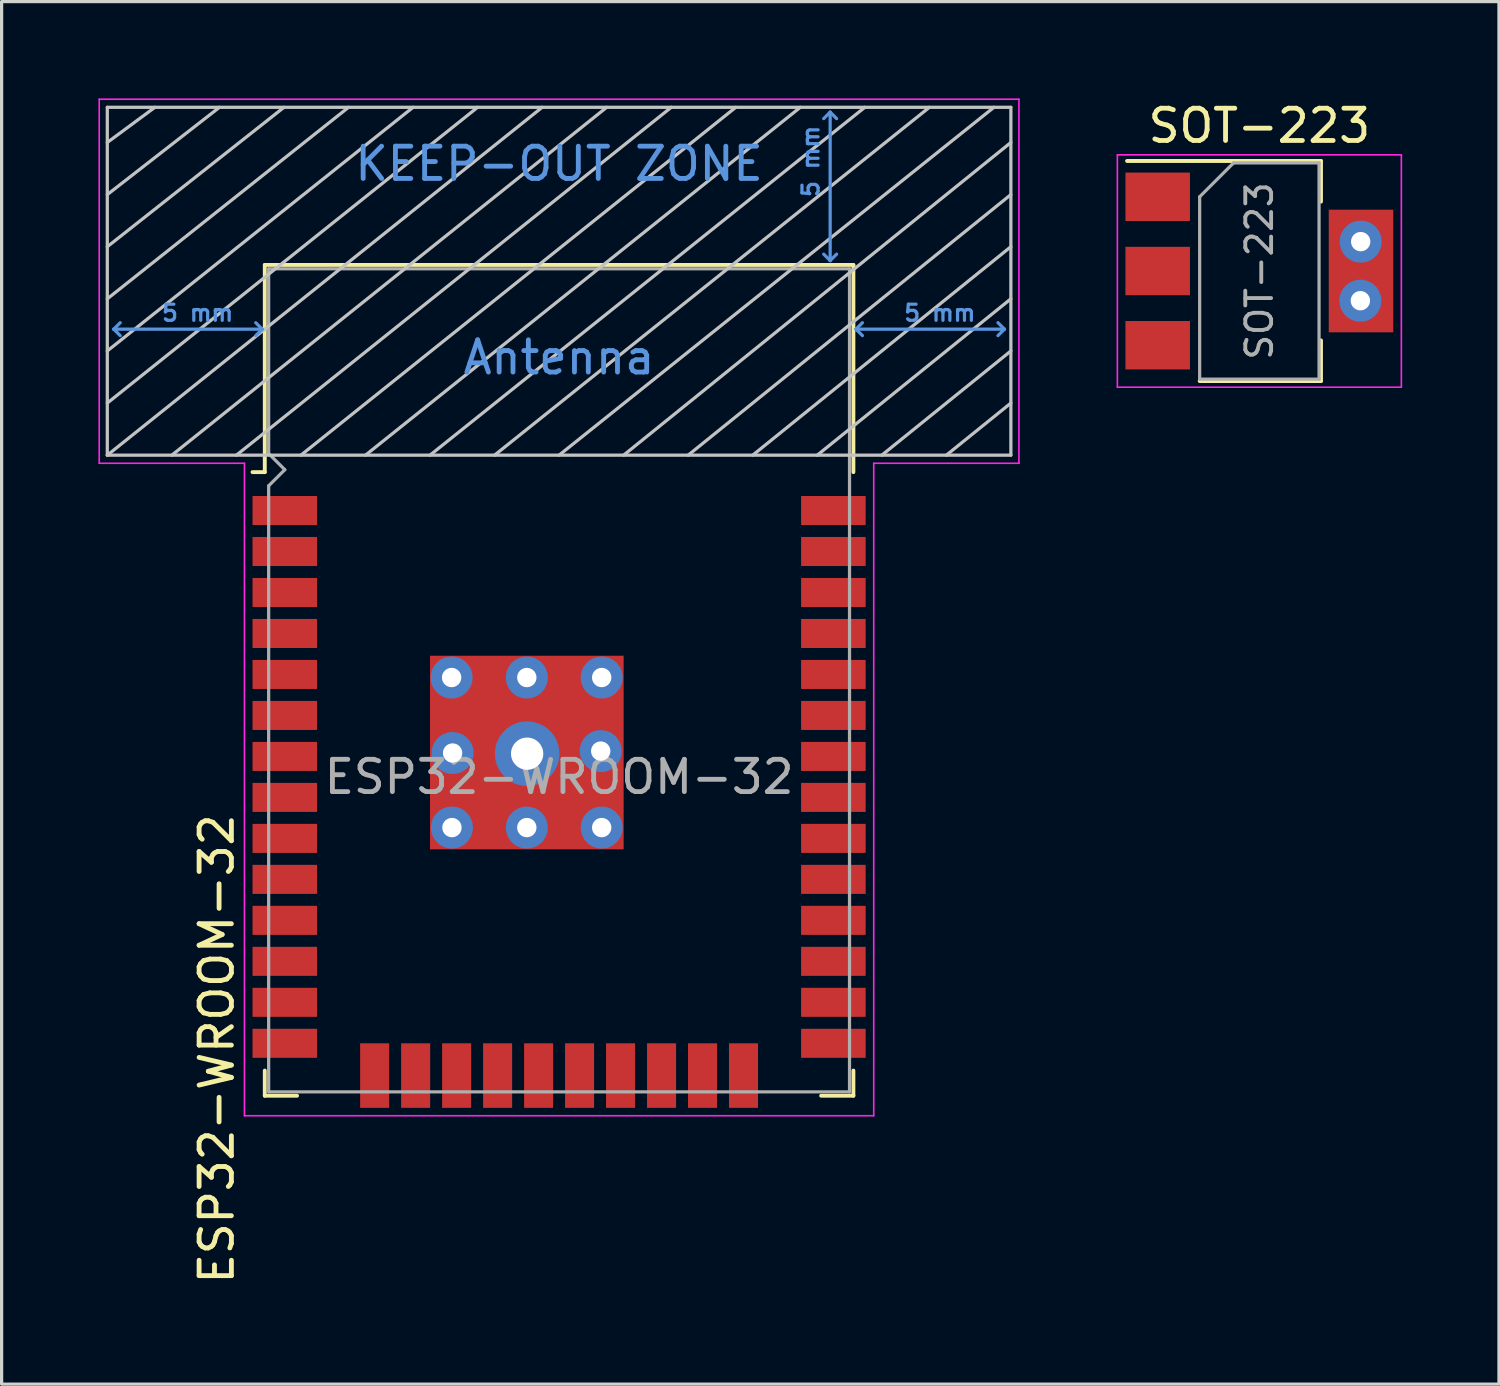
<source format=kicad_pcb>
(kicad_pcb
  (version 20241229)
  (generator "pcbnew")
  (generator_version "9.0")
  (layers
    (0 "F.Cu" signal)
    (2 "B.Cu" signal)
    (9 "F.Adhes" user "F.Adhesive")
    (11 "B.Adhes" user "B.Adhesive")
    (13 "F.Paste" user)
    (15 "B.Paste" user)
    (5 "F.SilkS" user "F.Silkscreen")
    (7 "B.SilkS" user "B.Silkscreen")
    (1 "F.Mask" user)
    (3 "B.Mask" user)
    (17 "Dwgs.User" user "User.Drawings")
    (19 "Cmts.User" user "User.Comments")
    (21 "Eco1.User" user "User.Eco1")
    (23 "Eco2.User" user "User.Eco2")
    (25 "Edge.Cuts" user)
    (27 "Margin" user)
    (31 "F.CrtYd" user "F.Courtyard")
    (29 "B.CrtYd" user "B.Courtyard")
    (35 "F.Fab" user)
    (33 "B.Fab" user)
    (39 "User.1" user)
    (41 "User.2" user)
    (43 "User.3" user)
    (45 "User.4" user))
  (footprint "SOT-223"
    (layer "F.Cu")
    (at 35.975 5.348)
    (property "Reference" "SOT-223" (at 0 -4.5 0) (layer "F.SilkS") (effects (font (size 1 1) (thickness 0.15))))
    (attr smd)
    (fp_line (start -4.1 -3.41) (end 1.91 -3.41) (stroke (width 0.12) (type solid)) (layer "F.SilkS"))
    (fp_line (start -1.85 3.41) (end 1.91 3.41) (stroke (width 0.12) (type solid)) (layer "F.SilkS"))
    (fp_line (start 1.91 -3.41) (end 1.91 -2.15) (stroke (width 0.12) (type solid)) (layer "F.SilkS"))
    (fp_line (start 1.91 3.41) (end 1.91 2.15) (stroke (width 0.12) (type solid)) (layer "F.SilkS"))
    (fp_line (start -4.4 -3.6) (end -4.4 3.6) (stroke (width 0.05) (type solid)) (layer "F.CrtYd"))
    (fp_line (start -4.4 3.6) (end 4.4 3.6) (stroke (width 0.05) (type solid)) (layer "F.CrtYd"))
    (fp_line (start 4.4 -3.6) (end -4.4 -3.6) (stroke (width 0.05) (type solid)) (layer "F.CrtYd"))
    (fp_line (start 4.4 3.6) (end 4.4 -3.6) (stroke (width 0.05) (type solid)) (layer "F.CrtYd"))
    (fp_line (start -1.85 -2.3) (end -1.85 3.35) (stroke (width 0.1) (type solid)) (layer "F.Fab"))
    (fp_line (start -1.85 -2.3) (end -0.8 -3.35) (stroke (width 0.1) (type solid)) (layer "F.Fab"))
    (fp_line (start -1.85 3.35) (end 1.85 3.35) (stroke (width 0.1) (type solid)) (layer "F.Fab"))
    (fp_line (start -0.8 -3.35) (end 1.85 -3.35) (stroke (width 0.1) (type solid)) (layer "F.Fab"))
    (fp_line (start 1.85 -3.35) (end 1.85 3.35) (stroke (width 0.1) (type solid)) (layer "F.Fab"))
    (fp_text user "${REFERENCE}" (at 0 0 90) (layer "F.Fab") (effects (font (size 0.8 0.8) (thickness 0.12))))
    (pad "1" smd rect (at -3.15 -2.3) (size 2 1.5) (layers "F.Cu" "F.Mask" "F.Paste"))
    (pad "2" smd rect (at -3.15 0) (size 2 1.5) (layers "F.Cu" "F.Mask" "F.Paste"))
    (pad "3" smd rect (at -3.15 2.3) (size 2 1.5) (layers "F.Cu" "F.Mask" "F.Paste"))
    (pad "4" smd rect (at 3.15 0) (size 2 3.8) (layers "F.Cu" "F.Mask" "F.Paste"))
    (pad "5" thru_hole circle (at 3.14 -0.91) (size 1.3 1.3) (drill 0.6) (layers "*.Cu" "*.Mask"))
    (pad "6" thru_hole circle (at 3.13 0.92) (size 1.3 1.3) (drill 0.6) (layers "*.Cu" "*.Mask")))
  (footprint "ESP32-WROOM-32"
    (layer "F.Cu")
    (at 14.275 21.025)
    (property "Reference" "ESP32-WROOM-32" (at -10.61 8.43 90) (layer "F.SilkS") (effects (font (size 1 1) (thickness 0.15))))
    (attr smd)
    (fp_line (start -9.12 -15.865) (end -9.12 -9.445) (stroke (width 0.12) (type solid)) (layer "F.SilkS"))
    (fp_line (start -9.12 -15.865) (end 9.12 -15.865) (stroke (width 0.12) (type solid)) (layer "F.SilkS"))
    (fp_line (start -9.12 -9.445) (end -9.5 -9.445) (stroke (width 0.12) (type solid)) (layer "F.SilkS"))
    (fp_line (start -9.12 9.1) (end -9.12 9.88) (stroke (width 0.12) (type solid)) (layer "F.SilkS"))
    (fp_line (start -9.12 9.88) (end -8.12 9.88) (stroke (width 0.12) (type solid)) (layer "F.SilkS"))
    (fp_line (start 9.12 -15.865) (end 9.12 -9.445) (stroke (width 0.12) (type solid)) (layer "F.SilkS"))
    (fp_line (start 9.12 9.1) (end 9.12 9.88) (stroke (width 0.12) (type solid)) (layer "F.SilkS"))
    (fp_line (start 9.12 9.88) (end 8.12 9.88) (stroke (width 0.12) (type solid)) (layer "F.SilkS"))
    (fp_line (start -14 -9.97) (end -14 -20.75) (stroke (width 0.1) (type solid)) (layer "Dwgs.User"))
    (fp_line (start -12.525 -20.75) (end -14 -19.66) (stroke (width 0.1) (type solid)) (layer "Dwgs.User"))
    (fp_line (start -10.525 -20.75) (end -14 -18.045) (stroke (width 0.1) (type solid)) (layer "Dwgs.User"))
    (fp_line (start -8.525 -20.75) (end -14 -16.43) (stroke (width 0.1) (type solid)) (layer "Dwgs.User"))
    (fp_line (start -8 -9.97) (end 5.475 -20.75) (stroke (width 0.1) (type solid)) (layer "Dwgs.User"))
    (fp_line (start -6.525 -20.75) (end -14 -14.815) (stroke (width 0.1) (type solid)) (layer "Dwgs.User"))
    (fp_line (start -4.525 -20.75) (end -14 -13.2) (stroke (width 0.1) (type solid)) (layer "Dwgs.User"))
    (fp_line (start -2.525 -20.75) (end -14 -11.585) (stroke (width 0.1) (type solid)) (layer "Dwgs.User"))
    (fp_line (start -0.525 -20.75) (end -14 -9.97) (stroke (width 0.1) (type solid)) (layer "Dwgs.User"))
    (fp_line (start 1.475 -20.75) (end -12 -9.97) (stroke (width 0.1) (type solid)) (layer "Dwgs.User"))
    (fp_line (start 3.475 -20.75) (end -10 -9.97) (stroke (width 0.1) (type solid)) (layer "Dwgs.User"))
    (fp_line (start 7.475 -20.75) (end -6 -9.97) (stroke (width 0.1) (type solid)) (layer "Dwgs.User"))
    (fp_line (start 9.475 -20.75) (end -4 -9.97) (stroke (width 0.1) (type solid)) (layer "Dwgs.User"))
    (fp_line (start 11.475 -20.75) (end -2 -9.97) (stroke (width 0.1) (type solid)) (layer "Dwgs.User"))
    (fp_line (start 13.475 -20.75) (end 0 -9.97) (stroke (width 0.1) (type solid)) (layer "Dwgs.User"))
    (fp_line (start 14 -20.75) (end -14 -20.75) (stroke (width 0.1) (type solid)) (layer "Dwgs.User"))
    (fp_line (start 14 -19.66) (end 2 -9.97) (stroke (width 0.1) (type solid)) (layer "Dwgs.User"))
    (fp_line (start 14 -18.045) (end 4 -9.97) (stroke (width 0.1) (type solid)) (layer "Dwgs.User"))
    (fp_line (start 14 -16.43) (end 6 -9.97) (stroke (width 0.1) (type solid)) (layer "Dwgs.User"))
    (fp_line (start 14 -14.815) (end 8 -9.97) (stroke (width 0.1) (type solid)) (layer "Dwgs.User"))
    (fp_line (start 14 -13.2) (end 10 -9.97) (stroke (width 0.1) (type solid)) (layer "Dwgs.User"))
    (fp_line (start 14 -11.585) (end 12 -9.97) (stroke (width 0.1) (type solid)) (layer "Dwgs.User"))
    (fp_line (start 14 -9.97) (end -14 -9.97) (stroke (width 0.1) (type solid)) (layer "Dwgs.User"))
    (fp_line (start 14 -9.97) (end 14 -20.75) (stroke (width 0.1) (type solid)) (layer "Dwgs.User"))
    (fp_line (start -13.8 -13.875) (end -13.6 -14.075) (stroke (width 0.1) (type solid)) (layer "Cmts.User"))
    (fp_line (start -13.8 -13.875) (end -13.6 -13.675) (stroke (width 0.1) (type solid)) (layer "Cmts.User"))
    (fp_line (start -13.8 -13.875) (end -9.2 -13.875) (stroke (width 0.1) (type solid)) (layer "Cmts.User"))
    (fp_line (start -9.2 -13.875) (end -9.4 -14.075) (stroke (width 0.1) (type solid)) (layer "Cmts.User"))
    (fp_line (start -9.2 -13.875) (end -9.4 -13.675) (stroke (width 0.1) (type solid)) (layer "Cmts.User"))
    (fp_line (start 8.4 -20.6) (end 8.2 -20.4) (stroke (width 0.1) (type solid)) (layer "Cmts.User"))
    (fp_line (start 8.4 -20.6) (end 8.6 -20.4) (stroke (width 0.1) (type solid)) (layer "Cmts.User"))
    (fp_line (start 8.4 -16) (end 8.2 -16.2) (stroke (width 0.1) (type solid)) (layer "Cmts.User"))
    (fp_line (start 8.4 -16) (end 8.4 -20.6) (stroke (width 0.1) (type solid)) (layer "Cmts.User"))
    (fp_line (start 8.4 -16) (end 8.6 -16.2) (stroke (width 0.1) (type solid)) (layer "Cmts.User"))
    (fp_line (start 9.2 -13.875) (end 9.4 -14.075) (stroke (width 0.1) (type solid)) (layer "Cmts.User"))
    (fp_line (start 9.2 -13.875) (end 9.4 -13.675) (stroke (width 0.1) (type solid)) (layer "Cmts.User"))
    (fp_line (start 9.2 -13.875) (end 13.8 -13.875) (stroke (width 0.1) (type solid)) (layer "Cmts.User"))
    (fp_line (start 13.8 -13.875) (end 13.6 -14.075) (stroke (width 0.1) (type solid)) (layer "Cmts.User"))
    (fp_line (start 13.8 -13.875) (end 13.6 -13.675) (stroke (width 0.1) (type solid)) (layer "Cmts.User"))
    (fp_line (start -14.25 -21) (end -14.25 -9.72) (stroke (width 0.05) (type solid)) (layer "F.CrtYd"))
    (fp_line (start -14.25 -21) (end 14.25 -21) (stroke (width 0.05) (type solid)) (layer "F.CrtYd"))
    (fp_line (start -14.25 -9.72) (end -9.75 -9.72) (stroke (width 0.05) (type solid)) (layer "F.CrtYd"))
    (fp_line (start -9.75 10.5) (end -9.75 -9.72) (stroke (width 0.05) (type solid)) (layer "F.CrtYd"))
    (fp_line (start -9.75 10.5) (end 9.75 10.5) (stroke (width 0.05) (type solid)) (layer "F.CrtYd"))
    (fp_line (start 9.75 -9.72) (end 9.75 10.5) (stroke (width 0.05) (type solid)) (layer "F.CrtYd"))
    (fp_line (start 9.75 -9.72) (end 14.25 -9.72) (stroke (width 0.05) (type solid)) (layer "F.CrtYd"))
    (fp_line (start 14.25 -21) (end 14.25 -9.72) (stroke (width 0.05) (type solid)) (layer "F.CrtYd"))
    (fp_line (start -9 -15.745) (end -9 -10.02) (stroke (width 0.1) (type solid)) (layer "F.Fab"))
    (fp_line (start -9 -15.745) (end 9 -15.745) (stroke (width 0.1) (type solid)) (layer "F.Fab"))
    (fp_line (start -9 -9.02) (end -9 9.76) (stroke (width 0.1) (type solid)) (layer "F.Fab"))
    (fp_line (start -9 -9.02) (end -8.5 -9.52) (stroke (width 0.1) (type solid)) (layer "F.Fab"))
    (fp_line (start -9 9.76) (end 9 9.76) (stroke (width 0.1) (type solid)) (layer "F.Fab"))
    (fp_line (start -8.5 -9.52) (end -9 -10.02) (stroke (width 0.1) (type solid)) (layer "F.Fab"))
    (fp_line (start 9 9.76) (end 9 -15.745) (stroke (width 0.1) (type solid)) (layer "F.Fab"))
    (fp_text user "5 mm" (at -11.2 -14.375 0) (layer "Cmts.User") (effects (font (size 0.5 0.5) (thickness 0.1))))
    (fp_text user "5 mm" (at 7.8 -19.075 90) (layer "Cmts.User") (effects (font (size 0.5 0.5) (thickness 0.1))))
    (fp_text user "5 mm" (at 11.8 -14.375 0) (layer "Cmts.User") (effects (font (size 0.5 0.5) (thickness 0.1))))
    (fp_text user "Antenna" (at 0 -13 0) (layer "Cmts.User") (effects (font (size 1 1) (thickness 0.15))))
    (fp_text user "KEEP-OUT ZONE" (at 0 -19 0) (layer "Cmts.User") (effects (font (size 1 1) (thickness 0.15))))
    (fp_text user "${REFERENCE}" (at 0 0 0) (layer "F.Fab") (effects (font (size 1 1) (thickness 0.15))))
    (pad "1" smd rect (at -8.5 -8.255) (size 2 0.9) (layers "F.Cu" "F.Mask" "F.Paste"))
    (pad "2" smd rect (at -8.5 -6.985) (size 2 0.9) (layers "F.Cu" "F.Mask" "F.Paste"))
    (pad "3" smd rect (at -8.5 -5.715) (size 2 0.9) (layers "F.Cu" "F.Mask" "F.Paste"))
    (pad "4" smd rect (at -8.5 -4.445) (size 2 0.9) (layers "F.Cu" "F.Mask" "F.Paste"))
    (pad "5" smd rect (at -8.5 -3.175) (size 2 0.9) (layers "F.Cu" "F.Mask" "F.Paste"))
    (pad "6" smd rect (at -8.5 -1.905) (size 2 0.9) (layers "F.Cu" "F.Mask" "F.Paste"))
    (pad "7" smd rect (at -8.5 -0.635) (size 2 0.9) (layers "F.Cu" "F.Mask" "F.Paste"))
    (pad "8" smd rect (at -8.5 0.635) (size 2 0.9) (layers "F.Cu" "F.Mask" "F.Paste"))
    (pad "9" smd rect (at -8.5 1.905) (size 2 0.9) (layers "F.Cu" "F.Mask" "F.Paste"))
    (pad "10" smd rect (at -8.5 3.175) (size 2 0.9) (layers "F.Cu" "F.Mask" "F.Paste"))
    (pad "11" smd rect (at -8.5 4.445) (size 2 0.9) (layers "F.Cu" "F.Mask" "F.Paste"))
    (pad "12" smd rect (at -8.5 5.715) (size 2 0.9) (layers "F.Cu" "F.Mask" "F.Paste"))
    (pad "13" smd rect (at -8.5 6.985) (size 2 0.9) (layers "F.Cu" "F.Mask" "F.Paste"))
    (pad "14" smd rect (at -8.5 8.255) (size 2 0.9) (layers "F.Cu" "F.Mask" "F.Paste"))
    (pad "15" smd rect (at -5.715 9.255 90) (size 2 0.9) (layers "F.Cu" "F.Mask" "F.Paste"))
    (pad "16" smd rect (at -4.445 9.255 90) (size 2 0.9) (layers "F.Cu" "F.Mask" "F.Paste"))
    (pad "17" smd rect (at -3.175 9.255 90) (size 2 0.9) (layers "F.Cu" "F.Mask" "F.Paste"))
    (pad "18" smd rect (at -1.905 9.255 90) (size 2 0.9) (layers "F.Cu" "F.Mask" "F.Paste"))
    (pad "19" smd rect (at -0.635 9.255 90) (size 2 0.9) (layers "F.Cu" "F.Mask" "F.Paste"))
    (pad "20" smd rect (at 0.635 9.255 90) (size 2 0.9) (layers "F.Cu" "F.Mask" "F.Paste"))
    (pad "21" smd rect (at 1.905 9.255 90) (size 2 0.9) (layers "F.Cu" "F.Mask" "F.Paste"))
    (pad "22" smd rect (at 3.175 9.255 90) (size 2 0.9) (layers "F.Cu" "F.Mask" "F.Paste"))
    (pad "23" smd rect (at 4.445 9.255 90) (size 2 0.9) (layers "F.Cu" "F.Mask" "F.Paste"))
    (pad "24" smd rect (at 5.715 9.255 90) (size 2 0.9) (layers "F.Cu" "F.Mask" "F.Paste"))
    (pad "25" smd rect (at 8.5 8.255) (size 2 0.9) (layers "F.Cu" "F.Mask" "F.Paste"))
    (pad "26" smd rect (at 8.5 6.985) (size 2 0.9) (layers "F.Cu" "F.Mask" "F.Paste"))
    (pad "27" smd rect (at 8.5 5.715) (size 2 0.9) (layers "F.Cu" "F.Mask" "F.Paste"))
    (pad "28" smd rect (at 8.5 4.445) (size 2 0.9) (layers "F.Cu" "F.Mask" "F.Paste"))
    (pad "29" smd rect (at 8.5 3.175) (size 2 0.9) (layers "F.Cu" "F.Mask" "F.Paste"))
    (pad "30" smd rect (at 8.5 1.905) (size 2 0.9) (layers "F.Cu" "F.Mask" "F.Paste"))
    (pad "31" smd rect (at 8.5 0.635) (size 2 0.9) (layers "F.Cu" "F.Mask" "F.Paste"))
    (pad "32" smd rect (at 8.5 -0.635) (size 2 0.9) (layers "F.Cu" "F.Mask" "F.Paste"))
    (pad "33" smd rect (at 8.5 -1.905) (size 2 0.9) (layers "F.Cu" "F.Mask" "F.Paste"))
    (pad "34" smd rect (at 8.5 -3.175) (size 2 0.9) (layers "F.Cu" "F.Mask" "F.Paste"))
    (pad "35" smd rect (at 8.5 -4.445) (size 2 0.9) (layers "F.Cu" "F.Mask" "F.Paste"))
    (pad "36" smd rect (at 8.5 -5.715) (size 2 0.9) (layers "F.Cu" "F.Mask" "F.Paste"))
    (pad "37" smd rect (at 8.5 -6.985) (size 2 0.9) (layers "F.Cu" "F.Mask" "F.Paste"))
    (pad "38" smd rect (at 8.5 -8.255) (size 2 0.9) (layers "F.Cu" "F.Mask" "F.Paste"))
    (pad "39" smd rect (at -1 -0.755) (size 6 6) (layers "F.Cu" "F.Mask"))
    (pad "40" thru_hole circle (at -3.33 -3.08) (size 1.3 1.3) (drill 0.6) (layers "*.Cu" "*.Mask"))
    (pad "40" thru_hole circle (at -3.32 1.57) (size 1.3 1.3) (drill 0.6) (layers "*.Cu" "*.Mask"))
    (pad "40" thru_hole circle (at -3.3 -0.74) (size 1.3 1.3) (drill 0.6) (layers "*.Cu" "*.Mask"))
    (pad "40" thru_hole circle (at -1 -3.08) (size 1.3 1.3) (drill 0.6) (layers "*.Cu" "*.Mask"))
    (pad "40" thru_hole circle (at -1 1.57) (size 1.3 1.3) (drill 0.6) (layers "*.Cu" "*.Mask"))
    (pad "40" thru_hole circle (at -0.99 -0.72) (size 2 2) (drill 1) (layers "*.Cu" "*.Mask"))
    (pad "40" thru_hole circle (at 1.29 -0.8) (size 1.3 1.3) (drill 0.6) (layers "*.Cu" "*.Mask"))
    (pad "40" thru_hole circle (at 1.32 -3.08) (size 1.3 1.3) (drill 0.6) (layers "*.Cu" "*.Mask"))
    (pad "40" thru_hole circle (at 1.32 1.57) (size 1.3 1.3) (drill 0.6) (layers "*.Cu" "*.Mask"))
    (pad "41" smd rect (at -2.29 0.43) (size 1.4 1.4) (layers "F.Cu" "F.Paste"))
    (pad "41" smd rect (at -2.25 -2.09) (size 1.4 1.4) (layers "F.Cu" "F.Paste"))
    (pad "41" smd rect (at 0.2 -2) (size 1.4 1.4) (layers "F.Cu" "F.Paste"))
    (pad "41" smd rect (at 0.22 0.54) (size 1.4 1.4) (layers "F.Cu" "F.Paste")))
  (gr_rect
    (start -3 -3)
    (end 43.4 39.842)
    (stroke (width 0.1) (type default))
    (fill no)
    (layer "Edge.Cuts")))
</source>
